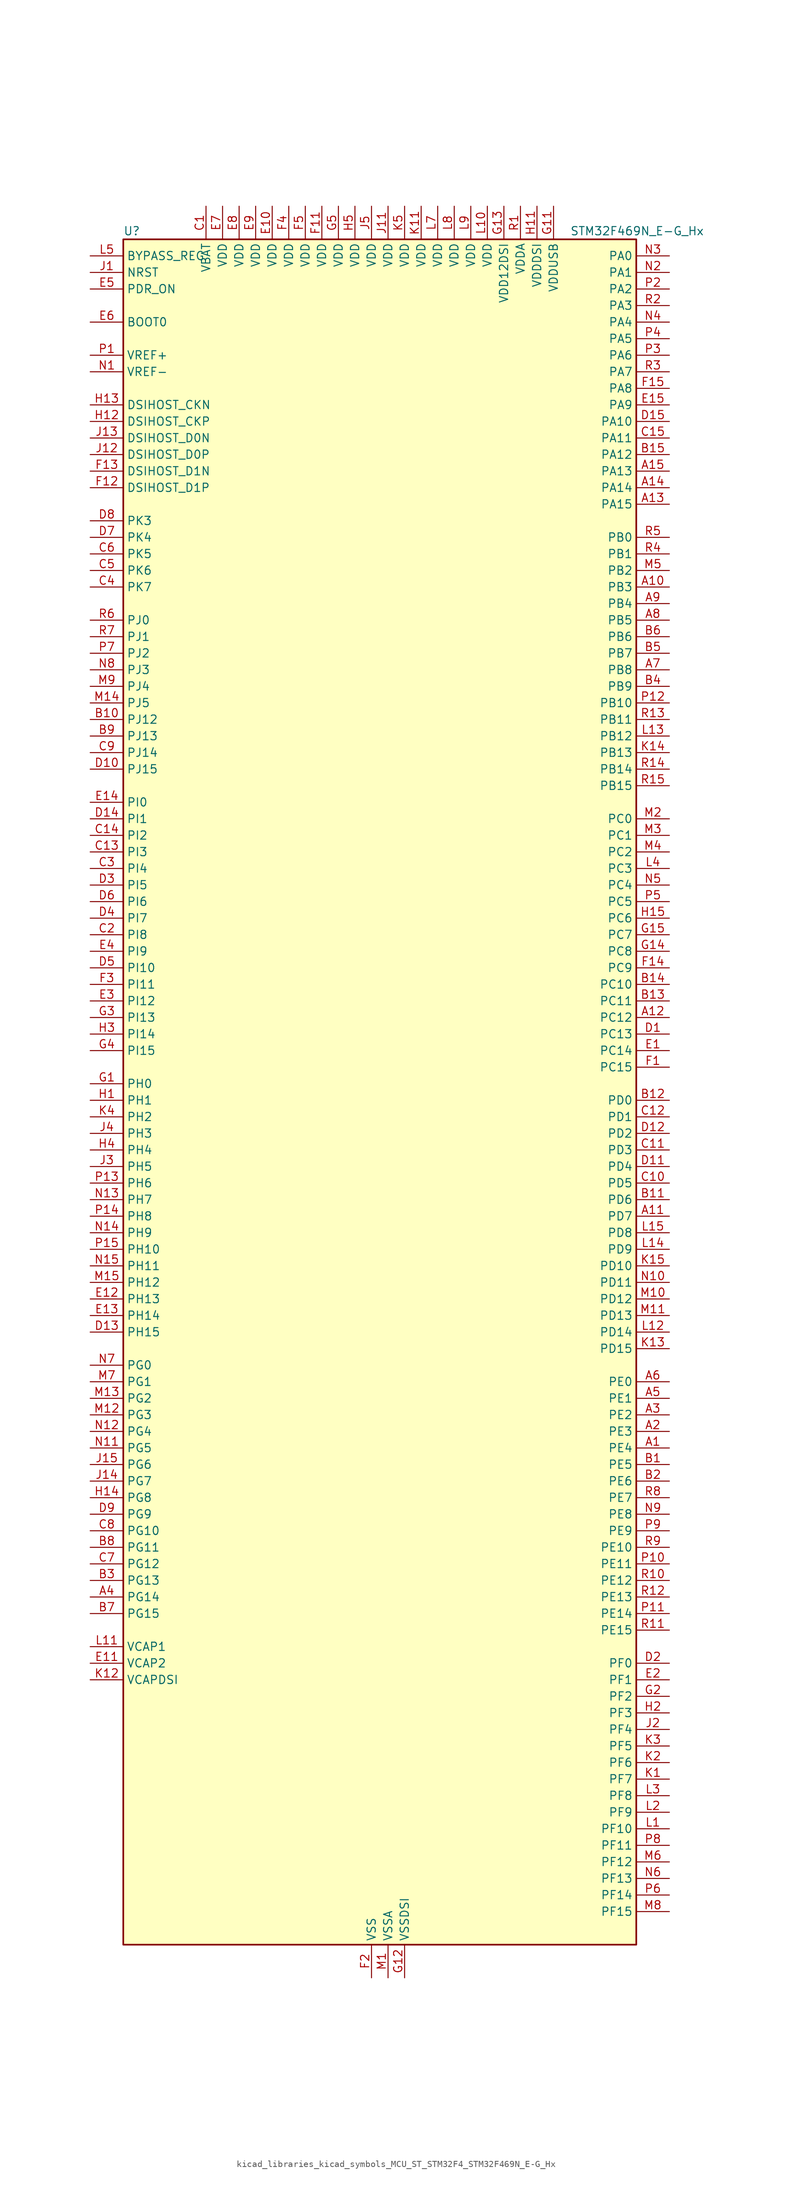
<source format=kicad_sym>
(kicad_symbol_lib
  (version 20220914)
  (generator kicad_symbol_editor)
  (symbol "kicad_libraries_kicad_symbols_MCU_ST_STM32F4_STM32F469N_E-G_Hx"
    (property "Reference" "U"
      (at -38.1 133.35 0)
      (effects (font (size 1.27 1.27)) (justify left)))
    (property "Value" "STM32F469N_E-G_Hx"
      (at 30.48 133.35 0)
      (effects (font (size 1.27 1.27)) (justify left)))
    (property "ki_locked" ""
      (at 0 0 0)
      (effects (font (size 1.27 1.27))))
    (symbol "kicad_libraries_kicad_symbols_MCU_ST_STM32F4_STM32F469N_E-G_Hx_0_1"
      (rectangle (start -38.1 -129.54) (end 40.64 132.08) (stroke (width 0.254) (type default)) (fill (type background))))
    (symbol "kicad_libraries_kicad_symbols_MCU_ST_STM32F4_STM32F469N_E-G_Hx_1_1"
      (pin bidirectional line (at 45.72 -53.34 180) (length 5.08) (name "PE4" (effects (font (size 1.27 1.27)))) (number "A1" (effects (font (size 1.27 1.27)))) (alternate "DCMI_D4" bidirectional line) (alternate "FMC_A20" bidirectional line) (alternate "LTDC_B0" bidirectional line) (alternate "SAI1_FS_A" bidirectional line) (alternate "SPI4_NSS" bidirectional line) (alternate "SYS_TRACED1" bidirectional line))
      (pin bidirectional line (at 45.72 78.74 180) (length 5.08) (name "PB3" (effects (font (size 1.27 1.27)))) (number "A10" (effects (font (size 1.27 1.27)))) (alternate "I2S3_CK" bidirectional line) (alternate "SPI1_SCK" bidirectional line) (alternate "SPI3_SCK" bidirectional line) (alternate "SYS_JTDO-SWO" bidirectional line) (alternate "TIM2_CH2" bidirectional line))
      (pin bidirectional line (at 45.72 -17.78 180) (length 5.08) (name "PD7" (effects (font (size 1.27 1.27)))) (number "A11" (effects (font (size 1.27 1.27)))) (alternate "FMC_NE1" bidirectional line) (alternate "USART2_CK" bidirectional line))
      (pin bidirectional line (at 45.72 12.7 180) (length 5.08) (name "PC12" (effects (font (size 1.27 1.27)))) (number "A12" (effects (font (size 1.27 1.27)))) (alternate "DCMI_D9" bidirectional line) (alternate "I2S3_SD" bidirectional line) (alternate "SDIO_CK" bidirectional line) (alternate "SPI3_MOSI" bidirectional line) (alternate "SYS_TRACED3" bidirectional line) (alternate "UART5_TX" bidirectional line) (alternate "USART3_CK" bidirectional line))
      (pin bidirectional line (at 45.72 91.44 180) (length 5.08) (name "PA15" (effects (font (size 1.27 1.27)))) (number "A13" (effects (font (size 1.27 1.27)))) (alternate "ADC1_EXTI15" bidirectional line) (alternate "ADC2_EXTI15" bidirectional line) (alternate "ADC3_EXTI15" bidirectional line) (alternate "I2S3_WS" bidirectional line) (alternate "SPI1_NSS" bidirectional line) (alternate "SPI3_NSS" bidirectional line) (alternate "SYS_JTDI" bidirectional line) (alternate "TIM2_CH1" bidirectional line) (alternate "TIM2_ETR" bidirectional line))
      (pin bidirectional line (at 45.72 93.98 180) (length 5.08) (name "PA14" (effects (font (size 1.27 1.27)))) (number "A14" (effects (font (size 1.27 1.27)))) (alternate "SYS_JTCK-SWCLK" bidirectional line))
      (pin bidirectional line (at 45.72 96.52 180) (length 5.08) (name "PA13" (effects (font (size 1.27 1.27)))) (number "A15" (effects (font (size 1.27 1.27)))) (alternate "SYS_JTMS-SWDIO" bidirectional line))
      (pin bidirectional line (at 45.72 -50.8 180) (length 5.08) (name "PE3" (effects (font (size 1.27 1.27)))) (number "A2" (effects (font (size 1.27 1.27)))) (alternate "FMC_A19" bidirectional line) (alternate "SAI1_SD_B" bidirectional line) (alternate "SYS_TRACED0" bidirectional line))
      (pin bidirectional line (at 45.72 -48.26 180) (length 5.08) (name "PE2" (effects (font (size 1.27 1.27)))) (number "A3" (effects (font (size 1.27 1.27)))) (alternate "ETH_TXD3" bidirectional line) (alternate "FMC_A23" bidirectional line) (alternate "QUADSPI_BK1_IO2" bidirectional line) (alternate "SAI1_MCLK_A" bidirectional line) (alternate "SPI4_SCK" bidirectional line) (alternate "SYS_TRACECLK" bidirectional line))
      (pin bidirectional line (at -43.18 -76.2 0) (length 5.08) (name "PG14" (effects (font (size 1.27 1.27)))) (number "A4" (effects (font (size 1.27 1.27)))) (alternate "ETH_TXD1" bidirectional line) (alternate "FMC_A25" bidirectional line) (alternate "LTDC_B0" bidirectional line) (alternate "QUADSPI_BK2_IO3" bidirectional line) (alternate "SPI6_MOSI" bidirectional line) (alternate "SYS_TRACED1" bidirectional line) (alternate "USART6_TX" bidirectional line))
      (pin bidirectional line (at 45.72 -45.72 180) (length 5.08) (name "PE1" (effects (font (size 1.27 1.27)))) (number "A5" (effects (font (size 1.27 1.27)))) (alternate "DCMI_D3" bidirectional line) (alternate "FMC_NBL1" bidirectional line) (alternate "UART8_TX" bidirectional line))
      (pin bidirectional line (at 45.72 -43.18 180) (length 5.08) (name "PE0" (effects (font (size 1.27 1.27)))) (number "A6" (effects (font (size 1.27 1.27)))) (alternate "DCMI_D2" bidirectional line) (alternate "FMC_NBL0" bidirectional line) (alternate "TIM4_ETR" bidirectional line) (alternate "UART8_RX" bidirectional line))
      (pin bidirectional line (at 45.72 66.04 180) (length 5.08) (name "PB8" (effects (font (size 1.27 1.27)))) (number "A7" (effects (font (size 1.27 1.27)))) (alternate "CAN1_RX" bidirectional line) (alternate "DCMI_D6" bidirectional line) (alternate "ETH_TXD3" bidirectional line) (alternate "I2C1_SCL" bidirectional line) (alternate "LTDC_B6" bidirectional line) (alternate "SDIO_D4" bidirectional line) (alternate "TIM10_CH1" bidirectional line) (alternate "TIM4_CH3" bidirectional line))
      (pin bidirectional line (at 45.72 73.66 180) (length 5.08) (name "PB5" (effects (font (size 1.27 1.27)))) (number "A8" (effects (font (size 1.27 1.27)))) (alternate "CAN2_RX" bidirectional line) (alternate "DCMI_D10" bidirectional line) (alternate "ETH_PPS_OUT" bidirectional line) (alternate "FMC_SDCKE1" bidirectional line) (alternate "I2C1_SMBA" bidirectional line) (alternate "I2S3_SD" bidirectional line) (alternate "LTDC_G7" bidirectional line) (alternate "SPI1_MOSI" bidirectional line) (alternate "SPI3_MOSI" bidirectional line) (alternate "TIM3_CH2" bidirectional line) (alternate "USB_OTG_HS_ULPI_D7" bidirectional line))
      (pin bidirectional line (at 45.72 76.2 180) (length 5.08) (name "PB4" (effects (font (size 1.27 1.27)))) (number "A9" (effects (font (size 1.27 1.27)))) (alternate "I2S3_ext_SD" bidirectional line) (alternate "SPI1_MISO" bidirectional line) (alternate "SPI3_MISO" bidirectional line) (alternate "SYS_JTRST" bidirectional line) (alternate "TIM3_CH1" bidirectional line))
      (pin bidirectional line (at 45.72 -55.88 180) (length 5.08) (name "PE5" (effects (font (size 1.27 1.27)))) (number "B1" (effects (font (size 1.27 1.27)))) (alternate "DCMI_D6" bidirectional line) (alternate "FMC_A21" bidirectional line) (alternate "LTDC_G0" bidirectional line) (alternate "SAI1_SCK_A" bidirectional line) (alternate "SPI4_MISO" bidirectional line) (alternate "SYS_TRACED2" bidirectional line) (alternate "TIM9_CH1" bidirectional line))
      (pin bidirectional line (at -43.18 58.42 0) (length 5.08) (name "PJ12" (effects (font (size 1.27 1.27)))) (number "B10" (effects (font (size 1.27 1.27)))) (alternate "LTDC_B0" bidirectional line) (alternate "LTDC_G3" bidirectional line))
      (pin bidirectional line (at 45.72 -15.24 180) (length 5.08) (name "PD6" (effects (font (size 1.27 1.27)))) (number "B11" (effects (font (size 1.27 1.27)))) (alternate "DCMI_D10" bidirectional line) (alternate "FMC_NWAIT" bidirectional line) (alternate "I2S3_SD" bidirectional line) (alternate "LTDC_B2" bidirectional line) (alternate "SAI1_SD_A" bidirectional line) (alternate "SPI3_MOSI" bidirectional line) (alternate "USART2_RX" bidirectional line))
      (pin bidirectional line (at 45.72 0 180) (length 5.08) (name "PD0" (effects (font (size 1.27 1.27)))) (number "B12" (effects (font (size 1.27 1.27)))) (alternate "CAN1_RX" bidirectional line) (alternate "FMC_D2" bidirectional line) (alternate "FMC_DA2" bidirectional line))
      (pin bidirectional line (at 45.72 15.24 180) (length 5.08) (name "PC11" (effects (font (size 1.27 1.27)))) (number "B13" (effects (font (size 1.27 1.27)))) (alternate "ADC1_EXTI11" bidirectional line) (alternate "ADC2_EXTI11" bidirectional line) (alternate "ADC3_EXTI11" bidirectional line) (alternate "DCMI_D4" bidirectional line) (alternate "I2S3_ext_SD" bidirectional line) (alternate "QUADSPI_BK2_NCS" bidirectional line) (alternate "SDIO_D3" bidirectional line) (alternate "SPI3_MISO" bidirectional line) (alternate "UART4_RX" bidirectional line) (alternate "USART3_RX" bidirectional line))
      (pin bidirectional line (at 45.72 17.78 180) (length 5.08) (name "PC10" (effects (font (size 1.27 1.27)))) (number "B14" (effects (font (size 1.27 1.27)))) (alternate "DCMI_D8" bidirectional line) (alternate "I2S3_CK" bidirectional line) (alternate "LTDC_R2" bidirectional line) (alternate "QUADSPI_BK1_IO1" bidirectional line) (alternate "SDIO_D2" bidirectional line) (alternate "SPI3_SCK" bidirectional line) (alternate "UART4_TX" bidirectional line) (alternate "USART3_TX" bidirectional line))
      (pin bidirectional line (at 45.72 99.06 180) (length 5.08) (name "PA12" (effects (font (size 1.27 1.27)))) (number "B15" (effects (font (size 1.27 1.27)))) (alternate "CAN1_TX" bidirectional line) (alternate "LTDC_R5" bidirectional line) (alternate "TIM1_ETR" bidirectional line) (alternate "USART1_RTS" bidirectional line) (alternate "USB_OTG_FS_DP" bidirectional line))
      (pin bidirectional line (at 45.72 -58.42 180) (length 5.08) (name "PE6" (effects (font (size 1.27 1.27)))) (number "B2" (effects (font (size 1.27 1.27)))) (alternate "DCMI_D7" bidirectional line) (alternate "FMC_A22" bidirectional line) (alternate "LTDC_G1" bidirectional line) (alternate "SAI1_SD_A" bidirectional line) (alternate "SPI4_MOSI" bidirectional line) (alternate "SYS_TRACED3" bidirectional line) (alternate "TIM9_CH2" bidirectional line))
      (pin bidirectional line (at -43.18 -73.66 0) (length 5.08) (name "PG13" (effects (font (size 1.27 1.27)))) (number "B3" (effects (font (size 1.27 1.27)))) (alternate "ETH_TXD0" bidirectional line) (alternate "FMC_A24" bidirectional line) (alternate "LTDC_R0" bidirectional line) (alternate "SPI6_SCK" bidirectional line) (alternate "SYS_TRACED0" bidirectional line) (alternate "USART6_CTS" bidirectional line))
      (pin bidirectional line (at 45.72 63.5 180) (length 5.08) (name "PB9" (effects (font (size 1.27 1.27)))) (number "B4" (effects (font (size 1.27 1.27)))) (alternate "CAN1_TX" bidirectional line) (alternate "DAC_EXTI9" bidirectional line) (alternate "DCMI_D7" bidirectional line) (alternate "I2C1_SDA" bidirectional line) (alternate "I2S2_WS" bidirectional line) (alternate "LTDC_B7" bidirectional line) (alternate "SDIO_D5" bidirectional line) (alternate "SPI2_NSS" bidirectional line) (alternate "TIM11_CH1" bidirectional line) (alternate "TIM4_CH4" bidirectional line))
      (pin bidirectional line (at 45.72 68.58 180) (length 5.08) (name "PB7" (effects (font (size 1.27 1.27)))) (number "B5" (effects (font (size 1.27 1.27)))) (alternate "DCMI_VSYNC" bidirectional line) (alternate "FMC_NL" bidirectional line) (alternate "I2C1_SDA" bidirectional line) (alternate "TIM4_CH2" bidirectional line) (alternate "USART1_RX" bidirectional line))
      (pin bidirectional line (at 45.72 71.12 180) (length 5.08) (name "PB6" (effects (font (size 1.27 1.27)))) (number "B6" (effects (font (size 1.27 1.27)))) (alternate "CAN2_TX" bidirectional line) (alternate "DCMI_D5" bidirectional line) (alternate "FMC_SDNE1" bidirectional line) (alternate "I2C1_SCL" bidirectional line) (alternate "QUADSPI_BK1_NCS" bidirectional line) (alternate "TIM4_CH1" bidirectional line) (alternate "USART1_TX" bidirectional line))
      (pin bidirectional line (at -43.18 -78.74 0) (length 5.08) (name "PG15" (effects (font (size 1.27 1.27)))) (number "B7" (effects (font (size 1.27 1.27)))) (alternate "ADC1_EXTI15" bidirectional line) (alternate "ADC2_EXTI15" bidirectional line) (alternate "ADC3_EXTI15" bidirectional line) (alternate "DCMI_D13" bidirectional line) (alternate "FMC_SDNCAS" bidirectional line) (alternate "USART6_CTS" bidirectional line))
      (pin bidirectional line (at -43.18 -68.58 0) (length 5.08) (name "PG11" (effects (font (size 1.27 1.27)))) (number "B8" (effects (font (size 1.27 1.27)))) (alternate "ADC1_EXTI11" bidirectional line) (alternate "ADC2_EXTI11" bidirectional line) (alternate "ADC3_EXTI11" bidirectional line) (alternate "DCMI_D3" bidirectional line) (alternate "ETH_TX_EN" bidirectional line) (alternate "LTDC_B3" bidirectional line))
      (pin bidirectional line (at -43.18 55.88 0) (length 5.08) (name "PJ13" (effects (font (size 1.27 1.27)))) (number "B9" (effects (font (size 1.27 1.27)))) (alternate "LTDC_B1" bidirectional line) (alternate "LTDC_G4" bidirectional line))
      (pin power_in line (at -25.4 137.16 270) (length 5.08) (name "VBAT" (effects (font (size 1.27 1.27)))) (number "C1" (effects (font (size 1.27 1.27)))))
      (pin bidirectional line (at 45.72 -12.7 180) (length 5.08) (name "PD5" (effects (font (size 1.27 1.27)))) (number "C10" (effects (font (size 1.27 1.27)))) (alternate "FMC_NWE" bidirectional line) (alternate "USART2_TX" bidirectional line))
      (pin bidirectional line (at 45.72 -7.62 180) (length 5.08) (name "PD3" (effects (font (size 1.27 1.27)))) (number "C11" (effects (font (size 1.27 1.27)))) (alternate "DCMI_D5" bidirectional line) (alternate "FMC_CLK" bidirectional line) (alternate "I2S2_CK" bidirectional line) (alternate "LTDC_G7" bidirectional line) (alternate "SPI2_SCK" bidirectional line) (alternate "USART2_CTS" bidirectional line))
      (pin bidirectional line (at 45.72 -2.54 180) (length 5.08) (name "PD1" (effects (font (size 1.27 1.27)))) (number "C12" (effects (font (size 1.27 1.27)))) (alternate "CAN1_TX" bidirectional line) (alternate "FMC_D3" bidirectional line) (alternate "FMC_DA3" bidirectional line))
      (pin bidirectional line (at -43.18 38.1 0) (length 5.08) (name "PI3" (effects (font (size 1.27 1.27)))) (number "C13" (effects (font (size 1.27 1.27)))) (alternate "DCMI_D10" bidirectional line) (alternate "FMC_D27" bidirectional line) (alternate "I2S2_SD" bidirectional line) (alternate "SPI2_MOSI" bidirectional line) (alternate "TIM8_ETR" bidirectional line))
      (pin bidirectional line (at -43.18 40.64 0) (length 5.08) (name "PI2" (effects (font (size 1.27 1.27)))) (number "C14" (effects (font (size 1.27 1.27)))) (alternate "DCMI_D9" bidirectional line) (alternate "FMC_D26" bidirectional line) (alternate "I2S2_ext_SD" bidirectional line) (alternate "LTDC_G7" bidirectional line) (alternate "SPI2_MISO" bidirectional line) (alternate "TIM8_CH4" bidirectional line))
      (pin bidirectional line (at 45.72 101.6 180) (length 5.08) (name "PA11" (effects (font (size 1.27 1.27)))) (number "C15" (effects (font (size 1.27 1.27)))) (alternate "ADC1_EXTI11" bidirectional line) (alternate "ADC2_EXTI11" bidirectional line) (alternate "ADC3_EXTI11" bidirectional line) (alternate "CAN1_RX" bidirectional line) (alternate "LTDC_R4" bidirectional line) (alternate "TIM1_CH4" bidirectional line) (alternate "USART1_CTS" bidirectional line) (alternate "USB_OTG_FS_DM" bidirectional line))
      (pin bidirectional line (at -43.18 25.4 0) (length 5.08) (name "PI8" (effects (font (size 1.27 1.27)))) (number "C2" (effects (font (size 1.27 1.27)))) (alternate "RTC_AF1" bidirectional line) (alternate "RTC_AF2" bidirectional line))
      (pin bidirectional line (at -43.18 35.56 0) (length 5.08) (name "PI4" (effects (font (size 1.27 1.27)))) (number "C3" (effects (font (size 1.27 1.27)))) (alternate "DCMI_D5" bidirectional line) (alternate "FMC_NBL2" bidirectional line) (alternate "LTDC_B4" bidirectional line) (alternate "TIM8_BKIN" bidirectional line))
      (pin bidirectional line (at -43.18 78.74 0) (length 5.08) (name "PK7" (effects (font (size 1.27 1.27)))) (number "C4" (effects (font (size 1.27 1.27)))) (alternate "LTDC_DE" bidirectional line))
      (pin bidirectional line (at -43.18 81.28 0) (length 5.08) (name "PK6" (effects (font (size 1.27 1.27)))) (number "C5" (effects (font (size 1.27 1.27)))) (alternate "LTDC_B7" bidirectional line))
      (pin bidirectional line (at -43.18 83.82 0) (length 5.08) (name "PK5" (effects (font (size 1.27 1.27)))) (number "C6" (effects (font (size 1.27 1.27)))) (alternate "LTDC_B6" bidirectional line))
      (pin bidirectional line (at -43.18 -71.12 0) (length 5.08) (name "PG12" (effects (font (size 1.27 1.27)))) (number "C7" (effects (font (size 1.27 1.27)))) (alternate "FMC_NE4" bidirectional line) (alternate "LTDC_B1" bidirectional line) (alternate "LTDC_B4" bidirectional line) (alternate "SPI6_MISO" bidirectional line) (alternate "USART6_RTS" bidirectional line))
      (pin bidirectional line (at -43.18 -66.04 0) (length 5.08) (name "PG10" (effects (font (size 1.27 1.27)))) (number "C8" (effects (font (size 1.27 1.27)))) (alternate "DCMI_D2" bidirectional line) (alternate "FMC_NE3" bidirectional line) (alternate "LTDC_B2" bidirectional line) (alternate "LTDC_G3" bidirectional line))
      (pin bidirectional line (at -43.18 53.34 0) (length 5.08) (name "PJ14" (effects (font (size 1.27 1.27)))) (number "C9" (effects (font (size 1.27 1.27)))) (alternate "LTDC_B2" bidirectional line))
      (pin bidirectional line (at 45.72 10.16 180) (length 5.08) (name "PC13" (effects (font (size 1.27 1.27)))) (number "D1" (effects (font (size 1.27 1.27)))) (alternate "RTC_AF1" bidirectional line))
      (pin bidirectional line (at -43.18 50.8 0) (length 5.08) (name "PJ15" (effects (font (size 1.27 1.27)))) (number "D10" (effects (font (size 1.27 1.27)))) (alternate "ADC1_EXTI15" bidirectional line) (alternate "ADC2_EXTI15" bidirectional line) (alternate "ADC3_EXTI15" bidirectional line) (alternate "LTDC_B3" bidirectional line))
      (pin bidirectional line (at 45.72 -10.16 180) (length 5.08) (name "PD4" (effects (font (size 1.27 1.27)))) (number "D11" (effects (font (size 1.27 1.27)))) (alternate "FMC_NOE" bidirectional line) (alternate "USART2_RTS" bidirectional line))
      (pin bidirectional line (at 45.72 -5.08 180) (length 5.08) (name "PD2" (effects (font (size 1.27 1.27)))) (number "D12" (effects (font (size 1.27 1.27)))) (alternate "DCMI_D11" bidirectional line) (alternate "SDIO_CMD" bidirectional line) (alternate "SYS_TRACED2" bidirectional line) (alternate "TIM3_ETR" bidirectional line) (alternate "UART5_RX" bidirectional line))
      (pin bidirectional line (at -43.18 -35.56 0) (length 5.08) (name "PH15" (effects (font (size 1.27 1.27)))) (number "D13" (effects (font (size 1.27 1.27)))) (alternate "ADC1_EXTI15" bidirectional line) (alternate "ADC2_EXTI15" bidirectional line) (alternate "ADC3_EXTI15" bidirectional line) (alternate "DCMI_D11" bidirectional line) (alternate "FMC_D23" bidirectional line) (alternate "LTDC_G4" bidirectional line) (alternate "TIM8_CH3N" bidirectional line))
      (pin bidirectional line (at -43.18 43.18 0) (length 5.08) (name "PI1" (effects (font (size 1.27 1.27)))) (number "D14" (effects (font (size 1.27 1.27)))) (alternate "DCMI_D8" bidirectional line) (alternate "FMC_D25" bidirectional line) (alternate "I2S2_CK" bidirectional line) (alternate "LTDC_G6" bidirectional line) (alternate "SPI2_SCK" bidirectional line))
      (pin bidirectional line (at 45.72 104.14 180) (length 5.08) (name "PA10" (effects (font (size 1.27 1.27)))) (number "D15" (effects (font (size 1.27 1.27)))) (alternate "DCMI_D1" bidirectional line) (alternate "TIM1_CH3" bidirectional line) (alternate "USART1_RX" bidirectional line) (alternate "USB_OTG_FS_ID" bidirectional line))
      (pin bidirectional line (at 45.72 -86.36 180) (length 5.08) (name "PF0" (effects (font (size 1.27 1.27)))) (number "D2" (effects (font (size 1.27 1.27)))) (alternate "FMC_A0" bidirectional line) (alternate "I2C2_SDA" bidirectional line))
      (pin bidirectional line (at -43.18 33.02 0) (length 5.08) (name "PI5" (effects (font (size 1.27 1.27)))) (number "D3" (effects (font (size 1.27 1.27)))) (alternate "DCMI_VSYNC" bidirectional line) (alternate "FMC_NBL3" bidirectional line) (alternate "LTDC_B5" bidirectional line) (alternate "TIM8_CH1" bidirectional line))
      (pin bidirectional line (at -43.18 27.94 0) (length 5.08) (name "PI7" (effects (font (size 1.27 1.27)))) (number "D4" (effects (font (size 1.27 1.27)))) (alternate "DCMI_D7" bidirectional line) (alternate "FMC_D29" bidirectional line) (alternate "LTDC_B7" bidirectional line) (alternate "TIM8_CH3" bidirectional line))
      (pin bidirectional line (at -43.18 20.32 0) (length 5.08) (name "PI10" (effects (font (size 1.27 1.27)))) (number "D5" (effects (font (size 1.27 1.27)))) (alternate "ETH_RX_ER" bidirectional line) (alternate "FMC_D31" bidirectional line) (alternate "LTDC_HSYNC" bidirectional line))
      (pin bidirectional line (at -43.18 30.48 0) (length 5.08) (name "PI6" (effects (font (size 1.27 1.27)))) (number "D6" (effects (font (size 1.27 1.27)))) (alternate "DCMI_D6" bidirectional line) (alternate "FMC_D28" bidirectional line) (alternate "LTDC_B6" bidirectional line) (alternate "TIM8_CH2" bidirectional line))
      (pin bidirectional line (at -43.18 86.36 0) (length 5.08) (name "PK4" (effects (font (size 1.27 1.27)))) (number "D7" (effects (font (size 1.27 1.27)))) (alternate "LTDC_B5" bidirectional line))
      (pin bidirectional line (at -43.18 88.9 0) (length 5.08) (name "PK3" (effects (font (size 1.27 1.27)))) (number "D8" (effects (font (size 1.27 1.27)))) (alternate "LTDC_B4" bidirectional line))
      (pin bidirectional line (at -43.18 -63.5 0) (length 5.08) (name "PG9" (effects (font (size 1.27 1.27)))) (number "D9" (effects (font (size 1.27 1.27)))) (alternate "DAC_EXTI9" bidirectional line) (alternate "DCMI_VSYNC" bidirectional line) (alternate "FMC_NCE" bidirectional line) (alternate "FMC_NE2" bidirectional line) (alternate "QUADSPI_BK2_IO2" bidirectional line) (alternate "USART6_RX" bidirectional line))
      (pin bidirectional line (at 45.72 7.62 180) (length 5.08) (name "PC14" (effects (font (size 1.27 1.27)))) (number "E1" (effects (font (size 1.27 1.27)))) (alternate "RCC_OSC32_IN" bidirectional line))
      (pin power_in line (at -15.24 137.16 270) (length 5.08) (name "VDD" (effects (font (size 1.27 1.27)))) (number "E10" (effects (font (size 1.27 1.27)))))
      (pin power_out line (at -43.18 -86.36 0) (length 5.08) (name "VCAP2" (effects (font (size 1.27 1.27)))) (number "E11" (effects (font (size 1.27 1.27)))))
      (pin bidirectional line (at -43.18 -30.48 0) (length 5.08) (name "PH13" (effects (font (size 1.27 1.27)))) (number "E12" (effects (font (size 1.27 1.27)))) (alternate "CAN1_TX" bidirectional line) (alternate "FMC_D21" bidirectional line) (alternate "LTDC_G2" bidirectional line) (alternate "TIM8_CH1N" bidirectional line))
      (pin bidirectional line (at -43.18 -33.02 0) (length 5.08) (name "PH14" (effects (font (size 1.27 1.27)))) (number "E13" (effects (font (size 1.27 1.27)))) (alternate "DCMI_D4" bidirectional line) (alternate "FMC_D22" bidirectional line) (alternate "LTDC_G3" bidirectional line) (alternate "TIM8_CH2N" bidirectional line))
      (pin bidirectional line (at -43.18 45.72 0) (length 5.08) (name "PI0" (effects (font (size 1.27 1.27)))) (number "E14" (effects (font (size 1.27 1.27)))) (alternate "DCMI_D13" bidirectional line) (alternate "FMC_D24" bidirectional line) (alternate "I2S2_WS" bidirectional line) (alternate "LTDC_G5" bidirectional line) (alternate "SPI2_NSS" bidirectional line) (alternate "TIM5_CH4" bidirectional line))
      (pin bidirectional line (at 45.72 106.68 180) (length 5.08) (name "PA9" (effects (font (size 1.27 1.27)))) (number "E15" (effects (font (size 1.27 1.27)))) (alternate "DAC_EXTI9" bidirectional line) (alternate "DCMI_D0" bidirectional line) (alternate "I2C3_SMBA" bidirectional line) (alternate "I2S2_CK" bidirectional line) (alternate "SPI2_SCK" bidirectional line) (alternate "TIM1_CH2" bidirectional line) (alternate "USART1_TX" bidirectional line) (alternate "USB_OTG_FS_VBUS" bidirectional line))
      (pin bidirectional line (at 45.72 -88.9 180) (length 5.08) (name "PF1" (effects (font (size 1.27 1.27)))) (number "E2" (effects (font (size 1.27 1.27)))) (alternate "FMC_A1" bidirectional line) (alternate "I2C2_SCL" bidirectional line))
      (pin bidirectional line (at -43.18 15.24 0) (length 5.08) (name "PI12" (effects (font (size 1.27 1.27)))) (number "E3" (effects (font (size 1.27 1.27)))) (alternate "LTDC_HSYNC" bidirectional line))
      (pin bidirectional line (at -43.18 22.86 0) (length 5.08) (name "PI9" (effects (font (size 1.27 1.27)))) (number "E4" (effects (font (size 1.27 1.27)))) (alternate "CAN1_RX" bidirectional line) (alternate "DAC_EXTI9" bidirectional line) (alternate "FMC_D30" bidirectional line) (alternate "LTDC_VSYNC" bidirectional line))
      (pin input line (at -43.18 124.46 0) (length 5.08) (name "PDR_ON" (effects (font (size 1.27 1.27)))) (number "E5" (effects (font (size 1.27 1.27)))))
      (pin input line (at -43.18 119.38 0) (length 5.08) (name "BOOT0" (effects (font (size 1.27 1.27)))) (number "E6" (effects (font (size 1.27 1.27)))))
      (pin power_in line (at -22.86 137.16 270) (length 5.08) (name "VDD" (effects (font (size 1.27 1.27)))) (number "E7" (effects (font (size 1.27 1.27)))))
      (pin power_in line (at -20.32 137.16 270) (length 5.08) (name "VDD" (effects (font (size 1.27 1.27)))) (number "E8" (effects (font (size 1.27 1.27)))))
      (pin power_in line (at -17.78 137.16 270) (length 5.08) (name "VDD" (effects (font (size 1.27 1.27)))) (number "E9" (effects (font (size 1.27 1.27)))))
      (pin bidirectional line (at 45.72 5.08 180) (length 5.08) (name "PC15" (effects (font (size 1.27 1.27)))) (number "F1" (effects (font (size 1.27 1.27)))) (alternate "ADC1_EXTI15" bidirectional line) (alternate "ADC2_EXTI15" bidirectional line) (alternate "ADC3_EXTI15" bidirectional line) (alternate "RCC_OSC32_OUT" bidirectional line))
      (pin passive line (at 0 -134.62 90) (length 5.08) hide (name "VSS" (effects (font (size 1.27 1.27)))) (number "F10" (effects (font (size 1.27 1.27)))))
      (pin power_in line (at -7.62 137.16 270) (length 5.08) (name "VDD" (effects (font (size 1.27 1.27)))) (number "F11" (effects (font (size 1.27 1.27)))))
      (pin bidirectional line (at -43.18 93.98 0) (length 5.08) (name "DSIHOST_D1P" (effects (font (size 1.27 1.27)))) (number "F12" (effects (font (size 1.27 1.27)))) (alternate "DSIHOST_D1P" bidirectional line))
      (pin bidirectional line (at -43.18 96.52 0) (length 5.08) (name "DSIHOST_D1N" (effects (font (size 1.27 1.27)))) (number "F13" (effects (font (size 1.27 1.27)))) (alternate "DSIHOST_D1N" bidirectional line))
      (pin bidirectional line (at 45.72 20.32 180) (length 5.08) (name "PC9" (effects (font (size 1.27 1.27)))) (number "F14" (effects (font (size 1.27 1.27)))) (alternate "DAC_EXTI9" bidirectional line) (alternate "DCMI_D3" bidirectional line) (alternate "I2C3_SDA" bidirectional line) (alternate "I2S_CKIN" bidirectional line) (alternate "QUADSPI_BK1_IO0" bidirectional line) (alternate "RCC_MCO_2" bidirectional line) (alternate "SDIO_D1" bidirectional line) (alternate "TIM3_CH4" bidirectional line) (alternate "TIM8_CH4" bidirectional line))
      (pin bidirectional line (at 45.72 109.22 180) (length 5.08) (name "PA8" (effects (font (size 1.27 1.27)))) (number "F15" (effects (font (size 1.27 1.27)))) (alternate "I2C3_SCL" bidirectional line) (alternate "LTDC_R6" bidirectional line) (alternate "RCC_MCO_1" bidirectional line) (alternate "TIM1_CH1" bidirectional line) (alternate "USART1_CK" bidirectional line) (alternate "USB_OTG_FS_SOF" bidirectional line))
      (pin power_in line (at 0 -134.62 90) (length 5.08) (name "VSS" (effects (font (size 1.27 1.27)))) (number "F2" (effects (font (size 1.27 1.27)))))
      (pin bidirectional line (at -43.18 17.78 0) (length 5.08) (name "PI11" (effects (font (size 1.27 1.27)))) (number "F3" (effects (font (size 1.27 1.27)))) (alternate "ADC1_EXTI11" bidirectional line) (alternate "ADC2_EXTI11" bidirectional line) (alternate "ADC3_EXTI11" bidirectional line) (alternate "LTDC_G6" bidirectional line) (alternate "USB_OTG_HS_ULPI_DIR" bidirectional line))
      (pin power_in line (at -12.7 137.16 270) (length 5.08) (name "VDD" (effects (font (size 1.27 1.27)))) (number "F4" (effects (font (size 1.27 1.27)))))
      (pin power_in line (at -10.16 137.16 270) (length 5.08) (name "VDD" (effects (font (size 1.27 1.27)))) (number "F5" (effects (font (size 1.27 1.27)))))
      (pin passive line (at 0 -134.62 90) (length 5.08) hide (name "VSS" (effects (font (size 1.27 1.27)))) (number "F6" (effects (font (size 1.27 1.27)))))
      (pin passive line (at 0 -134.62 90) (length 5.08) hide (name "VSS" (effects (font (size 1.27 1.27)))) (number "F7" (effects (font (size 1.27 1.27)))))
      (pin passive line (at 0 -134.62 90) (length 5.08) hide (name "VSS" (effects (font (size 1.27 1.27)))) (number "F8" (effects (font (size 1.27 1.27)))))
      (pin passive line (at 0 -134.62 90) (length 5.08) hide (name "VSS" (effects (font (size 1.27 1.27)))) (number "F9" (effects (font (size 1.27 1.27)))))
      (pin bidirectional line (at -43.18 2.54 0) (length 5.08) (name "PH0" (effects (font (size 1.27 1.27)))) (number "G1" (effects (font (size 1.27 1.27)))) (alternate "RCC_OSC_IN" bidirectional line))
      (pin passive line (at 0 -134.62 90) (length 5.08) hide (name "VSS" (effects (font (size 1.27 1.27)))) (number "G10" (effects (font (size 1.27 1.27)))))
      (pin power_in line (at 27.94 137.16 270) (length 5.08) (name "VDDUSB" (effects (font (size 1.27 1.27)))) (number "G11" (effects (font (size 1.27 1.27)))))
      (pin power_in line (at 5.08 -134.62 90) (length 5.08) (name "VSSDSI" (effects (font (size 1.27 1.27)))) (number "G12" (effects (font (size 1.27 1.27)))))
      (pin power_in line (at 20.32 137.16 270) (length 5.08) (name "VDD12DSI" (effects (font (size 1.27 1.27)))) (number "G13" (effects (font (size 1.27 1.27)))))
      (pin bidirectional line (at 45.72 22.86 180) (length 5.08) (name "PC8" (effects (font (size 1.27 1.27)))) (number "G14" (effects (font (size 1.27 1.27)))) (alternate "DCMI_D2" bidirectional line) (alternate "SDIO_D0" bidirectional line) (alternate "SYS_TRACED1" bidirectional line) (alternate "TIM3_CH3" bidirectional line) (alternate "TIM8_CH3" bidirectional line) (alternate "USART6_CK" bidirectional line))
      (pin bidirectional line (at 45.72 25.4 180) (length 5.08) (name "PC7" (effects (font (size 1.27 1.27)))) (number "G15" (effects (font (size 1.27 1.27)))) (alternate "DCMI_D1" bidirectional line) (alternate "I2S3_MCK" bidirectional line) (alternate "LTDC_G6" bidirectional line) (alternate "SDIO_D7" bidirectional line) (alternate "TIM3_CH2" bidirectional line) (alternate "TIM8_CH2" bidirectional line) (alternate "USART6_RX" bidirectional line))
      (pin bidirectional line (at 45.72 -91.44 180) (length 5.08) (name "PF2" (effects (font (size 1.27 1.27)))) (number "G2" (effects (font (size 1.27 1.27)))) (alternate "FMC_A2" bidirectional line) (alternate "I2C2_SMBA" bidirectional line))
      (pin bidirectional line (at -43.18 12.7 0) (length 5.08) (name "PI13" (effects (font (size 1.27 1.27)))) (number "G3" (effects (font (size 1.27 1.27)))) (alternate "LTDC_VSYNC" bidirectional line))
      (pin bidirectional line (at -43.18 7.62 0) (length 5.08) (name "PI15" (effects (font (size 1.27 1.27)))) (number "G4" (effects (font (size 1.27 1.27)))) (alternate "ADC1_EXTI15" bidirectional line) (alternate "ADC2_EXTI15" bidirectional line) (alternate "ADC3_EXTI15" bidirectional line) (alternate "LTDC_G2" bidirectional line) (alternate "LTDC_R0" bidirectional line))
      (pin power_in line (at -5.08 137.16 270) (length 5.08) (name "VDD" (effects (font (size 1.27 1.27)))) (number "G5" (effects (font (size 1.27 1.27)))))
      (pin passive line (at 0 -134.62 90) (length 5.08) hide (name "VSS" (effects (font (size 1.27 1.27)))) (number "G6" (effects (font (size 1.27 1.27)))))
      (pin bidirectional line (at -43.18 0 0) (length 5.08) (name "PH1" (effects (font (size 1.27 1.27)))) (number "H1" (effects (font (size 1.27 1.27)))) (alternate "RCC_OSC_OUT" bidirectional line))
      (pin passive line (at 0 -134.62 90) (length 5.08) hide (name "VSS" (effects (font (size 1.27 1.27)))) (number "H10" (effects (font (size 1.27 1.27)))))
      (pin power_in line (at 25.4 137.16 270) (length 5.08) (name "VDDDSI" (effects (font (size 1.27 1.27)))) (number "H11" (effects (font (size 1.27 1.27)))))
      (pin bidirectional line (at -43.18 104.14 0) (length 5.08) (name "DSIHOST_CKP" (effects (font (size 1.27 1.27)))) (number "H12" (effects (font (size 1.27 1.27)))) (alternate "DSIHOST_CKP" bidirectional line))
      (pin bidirectional line (at -43.18 106.68 0) (length 5.08) (name "DSIHOST_CKN" (effects (font (size 1.27 1.27)))) (number "H13" (effects (font (size 1.27 1.27)))) (alternate "DSIHOST_CKN" bidirectional line))
      (pin bidirectional line (at -43.18 -60.96 0) (length 5.08) (name "PG8" (effects (font (size 1.27 1.27)))) (number "H14" (effects (font (size 1.27 1.27)))) (alternate "ETH_PPS_OUT" bidirectional line) (alternate "FMC_SDCLK" bidirectional line) (alternate "LTDC_G7" bidirectional line) (alternate "SPI6_NSS" bidirectional line) (alternate "USART6_RTS" bidirectional line))
      (pin bidirectional line (at 45.72 27.94 180) (length 5.08) (name "PC6" (effects (font (size 1.27 1.27)))) (number "H15" (effects (font (size 1.27 1.27)))) (alternate "DCMI_D0" bidirectional line) (alternate "I2S2_MCK" bidirectional line) (alternate "LTDC_HSYNC" bidirectional line) (alternate "SDIO_D6" bidirectional line) (alternate "TIM3_CH1" bidirectional line) (alternate "TIM8_CH1" bidirectional line) (alternate "USART6_TX" bidirectional line))
      (pin bidirectional line (at 45.72 -93.98 180) (length 5.08) (name "PF3" (effects (font (size 1.27 1.27)))) (number "H2" (effects (font (size 1.27 1.27)))) (alternate "ADC3_IN9" bidirectional line) (alternate "FMC_A3" bidirectional line))
      (pin bidirectional line (at -43.18 10.16 0) (length 5.08) (name "PI14" (effects (font (size 1.27 1.27)))) (number "H3" (effects (font (size 1.27 1.27)))) (alternate "LTDC_CLK" bidirectional line))
      (pin bidirectional line (at -43.18 -7.62 0) (length 5.08) (name "PH4" (effects (font (size 1.27 1.27)))) (number "H4" (effects (font (size 1.27 1.27)))) (alternate "I2C2_SCL" bidirectional line) (alternate "LTDC_G4" bidirectional line) (alternate "LTDC_G5" bidirectional line) (alternate "USB_OTG_HS_ULPI_NXT" bidirectional line))
      (pin power_in line (at -2.54 137.16 270) (length 5.08) (name "VDD" (effects (font (size 1.27 1.27)))) (number "H5" (effects (font (size 1.27 1.27)))))
      (pin passive line (at 0 -134.62 90) (length 5.08) hide (name "VSS" (effects (font (size 1.27 1.27)))) (number "H6" (effects (font (size 1.27 1.27)))))
      (pin input line (at -43.18 127 0) (length 5.08) (name "NRST" (effects (font (size 1.27 1.27)))) (number "J1" (effects (font (size 1.27 1.27)))))
      (pin passive line (at 0 -134.62 90) (length 5.08) hide (name "VSS" (effects (font (size 1.27 1.27)))) (number "J10" (effects (font (size 1.27 1.27)))))
      (pin power_in line (at 2.54 137.16 270) (length 5.08) (name "VDD" (effects (font (size 1.27 1.27)))) (number "J11" (effects (font (size 1.27 1.27)))))
      (pin bidirectional line (at -43.18 99.06 0) (length 5.08) (name "DSIHOST_D0P" (effects (font (size 1.27 1.27)))) (number "J12" (effects (font (size 1.27 1.27)))) (alternate "DSIHOST_D0P" bidirectional line))
      (pin bidirectional line (at -43.18 101.6 0) (length 5.08) (name "DSIHOST_D0N" (effects (font (size 1.27 1.27)))) (number "J13" (effects (font (size 1.27 1.27)))) (alternate "DSIHOST_D0N" bidirectional line))
      (pin bidirectional line (at -43.18 -58.42 0) (length 5.08) (name "PG7" (effects (font (size 1.27 1.27)))) (number "J14" (effects (font (size 1.27 1.27)))) (alternate "DCMI_D13" bidirectional line) (alternate "FMC_INT" bidirectional line) (alternate "LTDC_CLK" bidirectional line) (alternate "SAI1_MCLK_A" bidirectional line) (alternate "USART6_CK" bidirectional line))
      (pin bidirectional line (at -43.18 -55.88 0) (length 5.08) (name "PG6" (effects (font (size 1.27 1.27)))) (number "J15" (effects (font (size 1.27 1.27)))) (alternate "DCMI_D12" bidirectional line) (alternate "LTDC_R7" bidirectional line))
      (pin bidirectional line (at 45.72 -96.52 180) (length 5.08) (name "PF4" (effects (font (size 1.27 1.27)))) (number "J2" (effects (font (size 1.27 1.27)))) (alternate "ADC3_IN14" bidirectional line) (alternate "FMC_A4" bidirectional line))
      (pin bidirectional line (at -43.18 -10.16 0) (length 5.08) (name "PH5" (effects (font (size 1.27 1.27)))) (number "J3" (effects (font (size 1.27 1.27)))) (alternate "FMC_SDNWE" bidirectional line) (alternate "I2C2_SDA" bidirectional line) (alternate "SPI5_NSS" bidirectional line))
      (pin bidirectional line (at -43.18 -5.08 0) (length 5.08) (name "PH3" (effects (font (size 1.27 1.27)))) (number "J4" (effects (font (size 1.27 1.27)))) (alternate "ETH_COL" bidirectional line) (alternate "FMC_SDNE0" bidirectional line) (alternate "LTDC_R1" bidirectional line) (alternate "QUADSPI_BK2_IO1" bidirectional line))
      (pin power_in line (at 0 137.16 270) (length 5.08) (name "VDD" (effects (font (size 1.27 1.27)))) (number "J5" (effects (font (size 1.27 1.27)))))
      (pin passive line (at 0 -134.62 90) (length 5.08) hide (name "VSS" (effects (font (size 1.27 1.27)))) (number "J6" (effects (font (size 1.27 1.27)))))
      (pin bidirectional line (at 45.72 -104.14 180) (length 5.08) (name "PF7" (effects (font (size 1.27 1.27)))) (number "K1" (effects (font (size 1.27 1.27)))) (alternate "ADC3_IN5" bidirectional line) (alternate "QUADSPI_BK1_IO2" bidirectional line) (alternate "SAI1_MCLK_B" bidirectional line) (alternate "SPI5_SCK" bidirectional line) (alternate "TIM11_CH1" bidirectional line) (alternate "UART7_TX" bidirectional line))
      (pin passive line (at 0 -134.62 90) (length 5.08) hide (name "VSS" (effects (font (size 1.27 1.27)))) (number "K10" (effects (font (size 1.27 1.27)))))
      (pin power_in line (at 7.62 137.16 270) (length 5.08) (name "VDD" (effects (font (size 1.27 1.27)))) (number "K11" (effects (font (size 1.27 1.27)))))
      (pin power_out line (at -43.18 -88.9 0) (length 5.08) (name "VCAPDSI" (effects (font (size 1.27 1.27)))) (number "K12" (effects (font (size 1.27 1.27)))))
      (pin bidirectional line (at 45.72 -38.1 180) (length 5.08) (name "PD15" (effects (font (size 1.27 1.27)))) (number "K13" (effects (font (size 1.27 1.27)))) (alternate "ADC1_EXTI15" bidirectional line) (alternate "ADC2_EXTI15" bidirectional line) (alternate "ADC3_EXTI15" bidirectional line) (alternate "FMC_D1" bidirectional line) (alternate "FMC_DA1" bidirectional line) (alternate "TIM4_CH4" bidirectional line))
      (pin bidirectional line (at 45.72 53.34 180) (length 5.08) (name "PB13" (effects (font (size 1.27 1.27)))) (number "K14" (effects (font (size 1.27 1.27)))) (alternate "CAN2_TX" bidirectional line) (alternate "ETH_TXD1" bidirectional line) (alternate "I2S2_CK" bidirectional line) (alternate "SPI2_SCK" bidirectional line) (alternate "TIM1_CH1N" bidirectional line) (alternate "USART3_CTS" bidirectional line) (alternate "USB_OTG_HS_ULPI_D6" bidirectional line) (alternate "USB_OTG_HS_VBUS" bidirectional line))
      (pin bidirectional line (at 45.72 -25.4 180) (length 5.08) (name "PD10" (effects (font (size 1.27 1.27)))) (number "K15" (effects (font (size 1.27 1.27)))) (alternate "FMC_D15" bidirectional line) (alternate "FMC_DA15" bidirectional line) (alternate "LTDC_B3" bidirectional line) (alternate "USART3_CK" bidirectional line))
      (pin bidirectional line (at 45.72 -101.6 180) (length 5.08) (name "PF6" (effects (font (size 1.27 1.27)))) (number "K2" (effects (font (size 1.27 1.27)))) (alternate "ADC3_IN4" bidirectional line) (alternate "QUADSPI_BK1_IO3" bidirectional line) (alternate "SAI1_SD_B" bidirectional line) (alternate "SPI5_NSS" bidirectional line) (alternate "TIM10_CH1" bidirectional line) (alternate "UART7_RX" bidirectional line))
      (pin bidirectional line (at 45.72 -99.06 180) (length 5.08) (name "PF5" (effects (font (size 1.27 1.27)))) (number "K3" (effects (font (size 1.27 1.27)))) (alternate "ADC3_IN15" bidirectional line) (alternate "FMC_A5" bidirectional line))
      (pin bidirectional line (at -43.18 -2.54 0) (length 5.08) (name "PH2" (effects (font (size 1.27 1.27)))) (number "K4" (effects (font (size 1.27 1.27)))) (alternate "ETH_CRS" bidirectional line) (alternate "FMC_SDCKE0" bidirectional line) (alternate "LTDC_R0" bidirectional line) (alternate "QUADSPI_BK2_IO0" bidirectional line))
      (pin power_in line (at 5.08 137.16 270) (length 5.08) (name "VDD" (effects (font (size 1.27 1.27)))) (number "K5" (effects (font (size 1.27 1.27)))))
      (pin passive line (at 0 -134.62 90) (length 5.08) hide (name "VSS" (effects (font (size 1.27 1.27)))) (number "K6" (effects (font (size 1.27 1.27)))))
      (pin passive line (at 0 -134.62 90) (length 5.08) hide (name "VSS" (effects (font (size 1.27 1.27)))) (number "K7" (effects (font (size 1.27 1.27)))))
      (pin passive line (at 0 -134.62 90) (length 5.08) hide (name "VSS" (effects (font (size 1.27 1.27)))) (number "K8" (effects (font (size 1.27 1.27)))))
      (pin passive line (at 0 -134.62 90) (length 5.08) hide (name "VSS" (effects (font (size 1.27 1.27)))) (number "K9" (effects (font (size 1.27 1.27)))))
      (pin bidirectional line (at 45.72 -111.76 180) (length 5.08) (name "PF10" (effects (font (size 1.27 1.27)))) (number "L1" (effects (font (size 1.27 1.27)))) (alternate "ADC3_IN8" bidirectional line) (alternate "DCMI_D11" bidirectional line) (alternate "LTDC_DE" bidirectional line) (alternate "QUADSPI_CLK" bidirectional line))
      (pin power_in line (at 17.78 137.16 270) (length 5.08) (name "VDD" (effects (font (size 1.27 1.27)))) (number "L10" (effects (font (size 1.27 1.27)))))
      (pin power_out line (at -43.18 -83.82 0) (length 5.08) (name "VCAP1" (effects (font (size 1.27 1.27)))) (number "L11" (effects (font (size 1.27 1.27)))))
      (pin bidirectional line (at 45.72 -35.56 180) (length 5.08) (name "PD14" (effects (font (size 1.27 1.27)))) (number "L12" (effects (font (size 1.27 1.27)))) (alternate "FMC_D0" bidirectional line) (alternate "FMC_DA0" bidirectional line) (alternate "TIM4_CH3" bidirectional line))
      (pin bidirectional line (at 45.72 55.88 180) (length 5.08) (name "PB12" (effects (font (size 1.27 1.27)))) (number "L13" (effects (font (size 1.27 1.27)))) (alternate "CAN2_RX" bidirectional line) (alternate "ETH_TXD0" bidirectional line) (alternate "I2C2_SMBA" bidirectional line) (alternate "I2S2_WS" bidirectional line) (alternate "SPI2_NSS" bidirectional line) (alternate "TIM1_BKIN" bidirectional line) (alternate "USART3_CK" bidirectional line) (alternate "USB_OTG_HS_ID" bidirectional line) (alternate "USB_OTG_HS_ULPI_D5" bidirectional line))
      (pin bidirectional line (at 45.72 -22.86 180) (length 5.08) (name "PD9" (effects (font (size 1.27 1.27)))) (number "L14" (effects (font (size 1.27 1.27)))) (alternate "DAC_EXTI9" bidirectional line) (alternate "FMC_D14" bidirectional line) (alternate "FMC_DA14" bidirectional line) (alternate "USART3_RX" bidirectional line))
      (pin bidirectional line (at 45.72 -20.32 180) (length 5.08) (name "PD8" (effects (font (size 1.27 1.27)))) (number "L15" (effects (font (size 1.27 1.27)))) (alternate "FMC_D13" bidirectional line) (alternate "FMC_DA13" bidirectional line) (alternate "USART3_TX" bidirectional line))
      (pin bidirectional line (at 45.72 -109.22 180) (length 5.08) (name "PF9" (effects (font (size 1.27 1.27)))) (number "L2" (effects (font (size 1.27 1.27)))) (alternate "ADC3_IN7" bidirectional line) (alternate "DAC_EXTI9" bidirectional line) (alternate "QUADSPI_BK1_IO1" bidirectional line) (alternate "SAI1_FS_B" bidirectional line) (alternate "SPI5_MOSI" bidirectional line) (alternate "TIM14_CH1" bidirectional line))
      (pin bidirectional line (at 45.72 -106.68 180) (length 5.08) (name "PF8" (effects (font (size 1.27 1.27)))) (number "L3" (effects (font (size 1.27 1.27)))) (alternate "ADC3_IN6" bidirectional line) (alternate "QUADSPI_BK1_IO0" bidirectional line) (alternate "SAI1_SCK_B" bidirectional line) (alternate "SPI5_MISO" bidirectional line) (alternate "TIM13_CH1" bidirectional line))
      (pin bidirectional line (at 45.72 35.56 180) (length 5.08) (name "PC3" (effects (font (size 1.27 1.27)))) (number "L4" (effects (font (size 1.27 1.27)))) (alternate "ADC1_IN13" bidirectional line) (alternate "ADC2_IN13" bidirectional line) (alternate "ADC3_IN13" bidirectional line) (alternate "ETH_TX_CLK" bidirectional line) (alternate "FMC_SDCKE0" bidirectional line) (alternate "I2S2_SD" bidirectional line) (alternate "SPI2_MOSI" bidirectional line) (alternate "USB_OTG_HS_ULPI_NXT" bidirectional line))
      (pin input line (at -43.18 129.54 0) (length 5.08) (name "BYPASS_REG" (effects (font (size 1.27 1.27)))) (number "L5" (effects (font (size 1.27 1.27)))))
      (pin passive line (at 0 -134.62 90) (length 5.08) hide (name "VSS" (effects (font (size 1.27 1.27)))) (number "L6" (effects (font (size 1.27 1.27)))))
      (pin power_in line (at 10.16 137.16 270) (length 5.08) (name "VDD" (effects (font (size 1.27 1.27)))) (number "L7" (effects (font (size 1.27 1.27)))))
      (pin power_in line (at 12.7 137.16 270) (length 5.08) (name "VDD" (effects (font (size 1.27 1.27)))) (number "L8" (effects (font (size 1.27 1.27)))))
      (pin power_in line (at 15.24 137.16 270) (length 5.08) (name "VDD" (effects (font (size 1.27 1.27)))) (number "L9" (effects (font (size 1.27 1.27)))))
      (pin power_in line (at 2.54 -134.62 90) (length 5.08) (name "VSSA" (effects (font (size 1.27 1.27)))) (number "M1" (effects (font (size 1.27 1.27)))))
      (pin bidirectional line (at 45.72 -30.48 180) (length 5.08) (name "PD12" (effects (font (size 1.27 1.27)))) (number "M10" (effects (font (size 1.27 1.27)))) (alternate "FMC_A17" bidirectional line) (alternate "FMC_ALE" bidirectional line) (alternate "QUADSPI_BK1_IO1" bidirectional line) (alternate "TIM4_CH1" bidirectional line) (alternate "USART3_RTS" bidirectional line))
      (pin bidirectional line (at 45.72 -33.02 180) (length 5.08) (name "PD13" (effects (font (size 1.27 1.27)))) (number "M11" (effects (font (size 1.27 1.27)))) (alternate "FMC_A18" bidirectional line) (alternate "QUADSPI_BK1_IO3" bidirectional line) (alternate "TIM4_CH2" bidirectional line))
      (pin bidirectional line (at -43.18 -48.26 0) (length 5.08) (name "PG3" (effects (font (size 1.27 1.27)))) (number "M12" (effects (font (size 1.27 1.27)))) (alternate "FMC_A13" bidirectional line))
      (pin bidirectional line (at -43.18 -45.72 0) (length 5.08) (name "PG2" (effects (font (size 1.27 1.27)))) (number "M13" (effects (font (size 1.27 1.27)))) (alternate "FMC_A12" bidirectional line))
      (pin bidirectional line (at -43.18 60.96 0) (length 5.08) (name "PJ5" (effects (font (size 1.27 1.27)))) (number "M14" (effects (font (size 1.27 1.27)))) (alternate "LTDC_R6" bidirectional line))
      (pin bidirectional line (at -43.18 -27.94 0) (length 5.08) (name "PH12" (effects (font (size 1.27 1.27)))) (number "M15" (effects (font (size 1.27 1.27)))) (alternate "DCMI_D3" bidirectional line) (alternate "FMC_D20" bidirectional line) (alternate "LTDC_R6" bidirectional line) (alternate "TIM5_CH3" bidirectional line))
      (pin bidirectional line (at 45.72 43.18 180) (length 5.08) (name "PC0" (effects (font (size 1.27 1.27)))) (number "M2" (effects (font (size 1.27 1.27)))) (alternate "ADC1_IN10" bidirectional line) (alternate "ADC2_IN10" bidirectional line) (alternate "ADC3_IN10" bidirectional line) (alternate "FMC_SDNWE" bidirectional line) (alternate "LTDC_R5" bidirectional line) (alternate "USB_OTG_HS_ULPI_STP" bidirectional line))
      (pin bidirectional line (at 45.72 40.64 180) (length 5.08) (name "PC1" (effects (font (size 1.27 1.27)))) (number "M3" (effects (font (size 1.27 1.27)))) (alternate "ADC1_IN11" bidirectional line) (alternate "ADC2_IN11" bidirectional line) (alternate "ADC3_IN11" bidirectional line) (alternate "ETH_MDC" bidirectional line) (alternate "I2S2_SD" bidirectional line) (alternate "SAI1_SD_A" bidirectional line) (alternate "SPI2_MOSI" bidirectional line) (alternate "SYS_TRACED0" bidirectional line))
      (pin bidirectional line (at 45.72 38.1 180) (length 5.08) (name "PC2" (effects (font (size 1.27 1.27)))) (number "M4" (effects (font (size 1.27 1.27)))) (alternate "ADC1_IN12" bidirectional line) (alternate "ADC2_IN12" bidirectional line) (alternate "ADC3_IN12" bidirectional line) (alternate "ETH_TXD2" bidirectional line) (alternate "FMC_SDNE0" bidirectional line) (alternate "I2S2_ext_SD" bidirectional line) (alternate "SPI2_MISO" bidirectional line) (alternate "USB_OTG_HS_ULPI_DIR" bidirectional line))
      (pin bidirectional line (at 45.72 81.28 180) (length 5.08) (name "PB2" (effects (font (size 1.27 1.27)))) (number "M5" (effects (font (size 1.27 1.27)))))
      (pin bidirectional line (at 45.72 -116.84 180) (length 5.08) (name "PF12" (effects (font (size 1.27 1.27)))) (number "M6" (effects (font (size 1.27 1.27)))) (alternate "FMC_A6" bidirectional line))
      (pin bidirectional line (at -43.18 -43.18 0) (length 5.08) (name "PG1" (effects (font (size 1.27 1.27)))) (number "M7" (effects (font (size 1.27 1.27)))) (alternate "FMC_A11" bidirectional line))
      (pin bidirectional line (at 45.72 -124.46 180) (length 5.08) (name "PF15" (effects (font (size 1.27 1.27)))) (number "M8" (effects (font (size 1.27 1.27)))) (alternate "ADC1_EXTI15" bidirectional line) (alternate "ADC2_EXTI15" bidirectional line) (alternate "ADC3_EXTI15" bidirectional line) (alternate "FMC_A9" bidirectional line))
      (pin bidirectional line (at -43.18 63.5 0) (length 5.08) (name "PJ4" (effects (font (size 1.27 1.27)))) (number "M9" (effects (font (size 1.27 1.27)))) (alternate "LTDC_R5" bidirectional line))
      (pin input line (at -43.18 111.76 0) (length 5.08) (name "VREF-" (effects (font (size 1.27 1.27)))) (number "N1" (effects (font (size 1.27 1.27)))))
      (pin bidirectional line (at 45.72 -27.94 180) (length 5.08) (name "PD11" (effects (font (size 1.27 1.27)))) (number "N10" (effects (font (size 1.27 1.27)))) (alternate "ADC1_EXTI11" bidirectional line) (alternate "ADC2_EXTI11" bidirectional line) (alternate "ADC3_EXTI11" bidirectional line) (alternate "FMC_A16" bidirectional line) (alternate "FMC_CLE" bidirectional line) (alternate "QUADSPI_BK1_IO0" bidirectional line) (alternate "USART3_CTS" bidirectional line))
      (pin bidirectional line (at -43.18 -53.34 0) (length 5.08) (name "PG5" (effects (font (size 1.27 1.27)))) (number "N11" (effects (font (size 1.27 1.27)))) (alternate "FMC_A15" bidirectional line) (alternate "FMC_BA1" bidirectional line))
      (pin bidirectional line (at -43.18 -50.8 0) (length 5.08) (name "PG4" (effects (font (size 1.27 1.27)))) (number "N12" (effects (font (size 1.27 1.27)))) (alternate "FMC_A14" bidirectional line) (alternate "FMC_BA0" bidirectional line))
      (pin bidirectional line (at -43.18 -15.24 0) (length 5.08) (name "PH7" (effects (font (size 1.27 1.27)))) (number "N13" (effects (font (size 1.27 1.27)))) (alternate "DCMI_D9" bidirectional line) (alternate "ETH_RXD3" bidirectional line) (alternate "FMC_SDCKE1" bidirectional line) (alternate "I2C3_SCL" bidirectional line) (alternate "SPI5_MISO" bidirectional line))
      (pin bidirectional line (at -43.18 -20.32 0) (length 5.08) (name "PH9" (effects (font (size 1.27 1.27)))) (number "N14" (effects (font (size 1.27 1.27)))) (alternate "DAC_EXTI9" bidirectional line) (alternate "DCMI_D0" bidirectional line) (alternate "FMC_D17" bidirectional line) (alternate "I2C3_SMBA" bidirectional line) (alternate "LTDC_R3" bidirectional line) (alternate "TIM12_CH2" bidirectional line))
      (pin bidirectional line (at -43.18 -25.4 0) (length 5.08) (name "PH11" (effects (font (size 1.27 1.27)))) (number "N15" (effects (font (size 1.27 1.27)))) (alternate "ADC1_EXTI11" bidirectional line) (alternate "ADC2_EXTI11" bidirectional line) (alternate "ADC3_EXTI11" bidirectional line) (alternate "DCMI_D2" bidirectional line) (alternate "FMC_D19" bidirectional line) (alternate "LTDC_R5" bidirectional line) (alternate "TIM5_CH2" bidirectional line))
      (pin bidirectional line (at 45.72 127 180) (length 5.08) (name "PA1" (effects (font (size 1.27 1.27)))) (number "N2" (effects (font (size 1.27 1.27)))) (alternate "ADC1_IN1" bidirectional line) (alternate "ADC2_IN1" bidirectional line) (alternate "ADC3_IN1" bidirectional line) (alternate "ETH_REF_CLK" bidirectional line) (alternate "ETH_RX_CLK" bidirectional line) (alternate "LTDC_R2" bidirectional line) (alternate "QUADSPI_BK1_IO3" bidirectional line) (alternate "TIM2_CH2" bidirectional line) (alternate "TIM5_CH2" bidirectional line) (alternate "UART4_RX" bidirectional line) (alternate "USART2_RTS" bidirectional line))
      (pin bidirectional line (at 45.72 129.54 180) (length 5.08) (name "PA0" (effects (font (size 1.27 1.27)))) (number "N3" (effects (font (size 1.27 1.27)))) (alternate "ADC1_IN0" bidirectional line) (alternate "ADC2_IN0" bidirectional line) (alternate "ADC3_IN0" bidirectional line) (alternate "ETH_CRS" bidirectional line) (alternate "SYS_WKUP" bidirectional line) (alternate "TIM2_CH1" bidirectional line) (alternate "TIM2_ETR" bidirectional line) (alternate "TIM5_CH1" bidirectional line) (alternate "TIM8_ETR" bidirectional line) (alternate "UART4_TX" bidirectional line) (alternate "USART2_CTS" bidirectional line))
      (pin bidirectional line (at 45.72 119.38 180) (length 5.08) (name "PA4" (effects (font (size 1.27 1.27)))) (number "N4" (effects (font (size 1.27 1.27)))) (alternate "ADC1_IN4" bidirectional line) (alternate "ADC2_IN4" bidirectional line) (alternate "DAC_OUT1" bidirectional line) (alternate "DCMI_HSYNC" bidirectional line) (alternate "I2S3_WS" bidirectional line) (alternate "LTDC_VSYNC" bidirectional line) (alternate "SPI1_NSS" bidirectional line) (alternate "SPI3_NSS" bidirectional line) (alternate "USART2_CK" bidirectional line) (alternate "USB_OTG_HS_SOF" bidirectional line))
      (pin bidirectional line (at 45.72 33.02 180) (length 5.08) (name "PC4" (effects (font (size 1.27 1.27)))) (number "N5" (effects (font (size 1.27 1.27)))) (alternate "ADC1_IN14" bidirectional line) (alternate "ADC2_IN14" bidirectional line) (alternate "ETH_RXD0" bidirectional line) (alternate "FMC_SDNE0" bidirectional line))
      (pin bidirectional line (at 45.72 -119.38 180) (length 5.08) (name "PF13" (effects (font (size 1.27 1.27)))) (number "N6" (effects (font (size 1.27 1.27)))) (alternate "FMC_A7" bidirectional line))
      (pin bidirectional line (at -43.18 -40.64 0) (length 5.08) (name "PG0" (effects (font (size 1.27 1.27)))) (number "N7" (effects (font (size 1.27 1.27)))) (alternate "FMC_A10" bidirectional line))
      (pin bidirectional line (at -43.18 66.04 0) (length 5.08) (name "PJ3" (effects (font (size 1.27 1.27)))) (number "N8" (effects (font (size 1.27 1.27)))) (alternate "LTDC_R4" bidirectional line))
      (pin bidirectional line (at 45.72 -63.5 180) (length 5.08) (name "PE8" (effects (font (size 1.27 1.27)))) (number "N9" (effects (font (size 1.27 1.27)))) (alternate "FMC_D5" bidirectional line) (alternate "FMC_DA5" bidirectional line) (alternate "QUADSPI_BK2_IO1" bidirectional line) (alternate "TIM1_CH1N" bidirectional line) (alternate "UART7_TX" bidirectional line))
      (pin input line (at -43.18 114.3 0) (length 5.08) (name "VREF+" (effects (font (size 1.27 1.27)))) (number "P1" (effects (font (size 1.27 1.27)))))
      (pin bidirectional line (at 45.72 -71.12 180) (length 5.08) (name "PE11" (effects (font (size 1.27 1.27)))) (number "P10" (effects (font (size 1.27 1.27)))) (alternate "ADC1_EXTI11" bidirectional line) (alternate "ADC2_EXTI11" bidirectional line) (alternate "ADC3_EXTI11" bidirectional line) (alternate "FMC_D8" bidirectional line) (alternate "FMC_DA8" bidirectional line) (alternate "LTDC_G3" bidirectional line) (alternate "SPI4_NSS" bidirectional line) (alternate "TIM1_CH2" bidirectional line))
      (pin bidirectional line (at 45.72 -78.74 180) (length 5.08) (name "PE14" (effects (font (size 1.27 1.27)))) (number "P11" (effects (font (size 1.27 1.27)))) (alternate "FMC_D11" bidirectional line) (alternate "FMC_DA11" bidirectional line) (alternate "LTDC_CLK" bidirectional line) (alternate "SPI4_MOSI" bidirectional line) (alternate "TIM1_CH4" bidirectional line))
      (pin bidirectional line (at 45.72 60.96 180) (length 5.08) (name "PB10" (effects (font (size 1.27 1.27)))) (number "P12" (effects (font (size 1.27 1.27)))) (alternate "ETH_RX_ER" bidirectional line) (alternate "I2C2_SCL" bidirectional line) (alternate "I2S2_CK" bidirectional line) (alternate "LTDC_G4" bidirectional line) (alternate "QUADSPI_BK1_NCS" bidirectional line) (alternate "SPI2_SCK" bidirectional line) (alternate "TIM2_CH3" bidirectional line) (alternate "USART3_TX" bidirectional line) (alternate "USB_OTG_HS_ULPI_D3" bidirectional line))
      (pin bidirectional line (at -43.18 -12.7 0) (length 5.08) (name "PH6" (effects (font (size 1.27 1.27)))) (number "P13" (effects (font (size 1.27 1.27)))) (alternate "DCMI_D8" bidirectional line) (alternate "ETH_RXD2" bidirectional line) (alternate "FMC_SDNE1" bidirectional line) (alternate "I2C2_SMBA" bidirectional line) (alternate "SPI5_SCK" bidirectional line) (alternate "TIM12_CH1" bidirectional line))
      (pin bidirectional line (at -43.18 -17.78 0) (length 5.08) (name "PH8" (effects (font (size 1.27 1.27)))) (number "P14" (effects (font (size 1.27 1.27)))) (alternate "DCMI_HSYNC" bidirectional line) (alternate "FMC_D16" bidirectional line) (alternate "I2C3_SDA" bidirectional line) (alternate "LTDC_R2" bidirectional line))
      (pin bidirectional line (at -43.18 -22.86 0) (length 5.08) (name "PH10" (effects (font (size 1.27 1.27)))) (number "P15" (effects (font (size 1.27 1.27)))) (alternate "DCMI_D1" bidirectional line) (alternate "FMC_D18" bidirectional line) (alternate "LTDC_R4" bidirectional line) (alternate "TIM5_CH1" bidirectional line))
      (pin bidirectional line (at 45.72 124.46 180) (length 5.08) (name "PA2" (effects (font (size 1.27 1.27)))) (number "P2" (effects (font (size 1.27 1.27)))) (alternate "ADC1_IN2" bidirectional line) (alternate "ADC2_IN2" bidirectional line) (alternate "ADC3_IN2" bidirectional line) (alternate "ETH_MDIO" bidirectional line) (alternate "LTDC_R1" bidirectional line) (alternate "TIM2_CH3" bidirectional line) (alternate "TIM5_CH3" bidirectional line) (alternate "TIM9_CH1" bidirectional line) (alternate "USART2_TX" bidirectional line))
      (pin bidirectional line (at 45.72 114.3 180) (length 5.08) (name "PA6" (effects (font (size 1.27 1.27)))) (number "P3" (effects (font (size 1.27 1.27)))) (alternate "ADC1_IN6" bidirectional line) (alternate "ADC2_IN6" bidirectional line) (alternate "DCMI_PIXCLK" bidirectional line) (alternate "LTDC_G2" bidirectional line) (alternate "SPI1_MISO" bidirectional line) (alternate "TIM13_CH1" bidirectional line) (alternate "TIM1_BKIN" bidirectional line) (alternate "TIM3_CH1" bidirectional line) (alternate "TIM8_BKIN" bidirectional line))
      (pin bidirectional line (at 45.72 116.84 180) (length 5.08) (name "PA5" (effects (font (size 1.27 1.27)))) (number "P4" (effects (font (size 1.27 1.27)))) (alternate "ADC1_IN5" bidirectional line) (alternate "ADC2_IN5" bidirectional line) (alternate "DAC_OUT2" bidirectional line) (alternate "LTDC_R4" bidirectional line) (alternate "SPI1_SCK" bidirectional line) (alternate "TIM2_CH1" bidirectional line) (alternate "TIM2_ETR" bidirectional line) (alternate "TIM8_CH1N" bidirectional line) (alternate "USB_OTG_HS_ULPI_CK" bidirectional line))
      (pin bidirectional line (at 45.72 30.48 180) (length 5.08) (name "PC5" (effects (font (size 1.27 1.27)))) (number "P5" (effects (font (size 1.27 1.27)))) (alternate "ADC1_IN15" bidirectional line) (alternate "ADC2_IN15" bidirectional line) (alternate "ETH_RXD1" bidirectional line) (alternate "FMC_SDCKE0" bidirectional line))
      (pin bidirectional line (at 45.72 -121.92 180) (length 5.08) (name "PF14" (effects (font (size 1.27 1.27)))) (number "P6" (effects (font (size 1.27 1.27)))) (alternate "FMC_A8" bidirectional line))
      (pin bidirectional line (at -43.18 68.58 0) (length 5.08) (name "PJ2" (effects (font (size 1.27 1.27)))) (number "P7" (effects (font (size 1.27 1.27)))) (alternate "DSIHOST_TE" bidirectional line) (alternate "LTDC_R3" bidirectional line))
      (pin bidirectional line (at 45.72 -114.3 180) (length 5.08) (name "PF11" (effects (font (size 1.27 1.27)))) (number "P8" (effects (font (size 1.27 1.27)))) (alternate "ADC1_EXTI11" bidirectional line) (alternate "ADC2_EXTI11" bidirectional line) (alternate "ADC3_EXTI11" bidirectional line) (alternate "DCMI_D12" bidirectional line) (alternate "FMC_SDNRAS" bidirectional line) (alternate "SPI5_MOSI" bidirectional line))
      (pin bidirectional line (at 45.72 -66.04 180) (length 5.08) (name "PE9" (effects (font (size 1.27 1.27)))) (number "P9" (effects (font (size 1.27 1.27)))) (alternate "DAC_EXTI9" bidirectional line) (alternate "FMC_D6" bidirectional line) (alternate "FMC_DA6" bidirectional line) (alternate "QUADSPI_BK2_IO2" bidirectional line) (alternate "TIM1_CH1" bidirectional line))
      (pin power_in line (at 22.86 137.16 270) (length 5.08) (name "VDDA" (effects (font (size 1.27 1.27)))) (number "R1" (effects (font (size 1.27 1.27)))))
      (pin bidirectional line (at 45.72 -73.66 180) (length 5.08) (name "PE12" (effects (font (size 1.27 1.27)))) (number "R10" (effects (font (size 1.27 1.27)))) (alternate "FMC_D9" bidirectional line) (alternate "FMC_DA9" bidirectional line) (alternate "LTDC_B4" bidirectional line) (alternate "SPI4_SCK" bidirectional line) (alternate "TIM1_CH3N" bidirectional line))
      (pin bidirectional line (at 45.72 -81.28 180) (length 5.08) (name "PE15" (effects (font (size 1.27 1.27)))) (number "R11" (effects (font (size 1.27 1.27)))) (alternate "ADC1_EXTI15" bidirectional line) (alternate "ADC2_EXTI15" bidirectional line) (alternate "ADC3_EXTI15" bidirectional line) (alternate "FMC_D12" bidirectional line) (alternate "FMC_DA12" bidirectional line) (alternate "LTDC_R7" bidirectional line) (alternate "TIM1_BKIN" bidirectional line))
      (pin bidirectional line (at 45.72 -76.2 180) (length 5.08) (name "PE13" (effects (font (size 1.27 1.27)))) (number "R12" (effects (font (size 1.27 1.27)))) (alternate "FMC_D10" bidirectional line) (alternate "FMC_DA10" bidirectional line) (alternate "LTDC_DE" bidirectional line) (alternate "SPI4_MISO" bidirectional line) (alternate "TIM1_CH3" bidirectional line))
      (pin bidirectional line (at 45.72 58.42 180) (length 5.08) (name "PB11" (effects (font (size 1.27 1.27)))) (number "R13" (effects (font (size 1.27 1.27)))) (alternate "ADC1_EXTI11" bidirectional line) (alternate "ADC2_EXTI11" bidirectional line) (alternate "ADC3_EXTI11" bidirectional line) (alternate "DSIHOST_TE" bidirectional line) (alternate "ETH_TX_EN" bidirectional line) (alternate "I2C2_SDA" bidirectional line) (alternate "LTDC_G5" bidirectional line) (alternate "TIM2_CH4" bidirectional line) (alternate "USART3_RX" bidirectional line) (alternate "USB_OTG_HS_ULPI_D4" bidirectional line))
      (pin bidirectional line (at 45.72 50.8 180) (length 5.08) (name "PB14" (effects (font (size 1.27 1.27)))) (number "R14" (effects (font (size 1.27 1.27)))) (alternate "I2S2_ext_SD" bidirectional line) (alternate "SPI2_MISO" bidirectional line) (alternate "TIM12_CH1" bidirectional line) (alternate "TIM1_CH2N" bidirectional line) (alternate "TIM8_CH2N" bidirectional line) (alternate "USART3_RTS" bidirectional line) (alternate "USB_OTG_HS_DM" bidirectional line))
      (pin bidirectional line (at 45.72 48.26 180) (length 5.08) (name "PB15" (effects (font (size 1.27 1.27)))) (number "R15" (effects (font (size 1.27 1.27)))) (alternate "ADC1_EXTI15" bidirectional line) (alternate "ADC2_EXTI15" bidirectional line) (alternate "ADC3_EXTI15" bidirectional line) (alternate "I2S2_SD" bidirectional line) (alternate "RTC_REFIN" bidirectional line) (alternate "SPI2_MOSI" bidirectional line) (alternate "TIM12_CH2" bidirectional line) (alternate "TIM1_CH3N" bidirectional line) (alternate "TIM8_CH3N" bidirectional line) (alternate "USB_OTG_HS_DP" bidirectional line))
      (pin bidirectional line (at 45.72 121.92 180) (length 5.08) (name "PA3" (effects (font (size 1.27 1.27)))) (number "R2" (effects (font (size 1.27 1.27)))) (alternate "ADC1_IN3" bidirectional line) (alternate "ADC2_IN3" bidirectional line) (alternate "ADC3_IN3" bidirectional line) (alternate "ETH_COL" bidirectional line) (alternate "LTDC_B2" bidirectional line) (alternate "LTDC_B5" bidirectional line) (alternate "TIM2_CH4" bidirectional line) (alternate "TIM5_CH4" bidirectional line) (alternate "TIM9_CH2" bidirectional line) (alternate "USART2_RX" bidirectional line) (alternate "USB_OTG_HS_ULPI_D0" bidirectional line))
      (pin bidirectional line (at 45.72 111.76 180) (length 5.08) (name "PA7" (effects (font (size 1.27 1.27)))) (number "R3" (effects (font (size 1.27 1.27)))) (alternate "ADC1_IN7" bidirectional line) (alternate "ADC2_IN7" bidirectional line) (alternate "ETH_CRS_DV" bidirectional line) (alternate "ETH_RX_DV" bidirectional line) (alternate "FMC_SDNWE" bidirectional line) (alternate "QUADSPI_CLK" bidirectional line) (alternate "SPI1_MOSI" bidirectional line) (alternate "TIM14_CH1" bidirectional line) (alternate "TIM1_CH1N" bidirectional line) (alternate "TIM3_CH2" bidirectional line) (alternate "TIM8_CH1N" bidirectional line))
      (pin bidirectional line (at 45.72 83.82 180) (length 5.08) (name "PB1" (effects (font (size 1.27 1.27)))) (number "R4" (effects (font (size 1.27 1.27)))) (alternate "ADC1_IN9" bidirectional line) (alternate "ADC2_IN9" bidirectional line) (alternate "ETH_RXD3" bidirectional line) (alternate "LTDC_G0" bidirectional line) (alternate "LTDC_R6" bidirectional line) (alternate "TIM1_CH3N" bidirectional line) (alternate "TIM3_CH4" bidirectional line) (alternate "TIM8_CH3N" bidirectional line) (alternate "USB_OTG_HS_ULPI_D2" bidirectional line))
      (pin bidirectional line (at 45.72 86.36 180) (length 5.08) (name "PB0" (effects (font (size 1.27 1.27)))) (number "R5" (effects (font (size 1.27 1.27)))) (alternate "ADC1_IN8" bidirectional line) (alternate "ADC2_IN8" bidirectional line) (alternate "ETH_RXD2" bidirectional line) (alternate "LTDC_G1" bidirectional line) (alternate "LTDC_R3" bidirectional line) (alternate "TIM1_CH2N" bidirectional line) (alternate "TIM3_CH3" bidirectional line) (alternate "TIM8_CH2N" bidirectional line) (alternate "USB_OTG_HS_ULPI_D1" bidirectional line))
      (pin bidirectional line (at -43.18 73.66 0) (length 5.08) (name "PJ0" (effects (font (size 1.27 1.27)))) (number "R6" (effects (font (size 1.27 1.27)))) (alternate "LTDC_R1" bidirectional line) (alternate "LTDC_R7" bidirectional line))
      (pin bidirectional line (at -43.18 71.12 0) (length 5.08) (name "PJ1" (effects (font (size 1.27 1.27)))) (number "R7" (effects (font (size 1.27 1.27)))) (alternate "LTDC_R2" bidirectional line))
      (pin bidirectional line (at 45.72 -60.96 180) (length 5.08) (name "PE7" (effects (font (size 1.27 1.27)))) (number "R8" (effects (font (size 1.27 1.27)))) (alternate "FMC_D4" bidirectional line) (alternate "FMC_DA4" bidirectional line) (alternate "QUADSPI_BK2_IO0" bidirectional line) (alternate "TIM1_ETR" bidirectional line) (alternate "UART7_RX" bidirectional line))
      (pin bidirectional line (at 45.72 -68.58 180) (length 5.08) (name "PE10" (effects (font (size 1.27 1.27)))) (number "R9" (effects (font (size 1.27 1.27)))) (alternate "FMC_D7" bidirectional line) (alternate "FMC_DA7" bidirectional line) (alternate "QUADSPI_BK2_IO3" bidirectional line) (alternate "TIM1_CH2N" bidirectional line)))))
</source>
